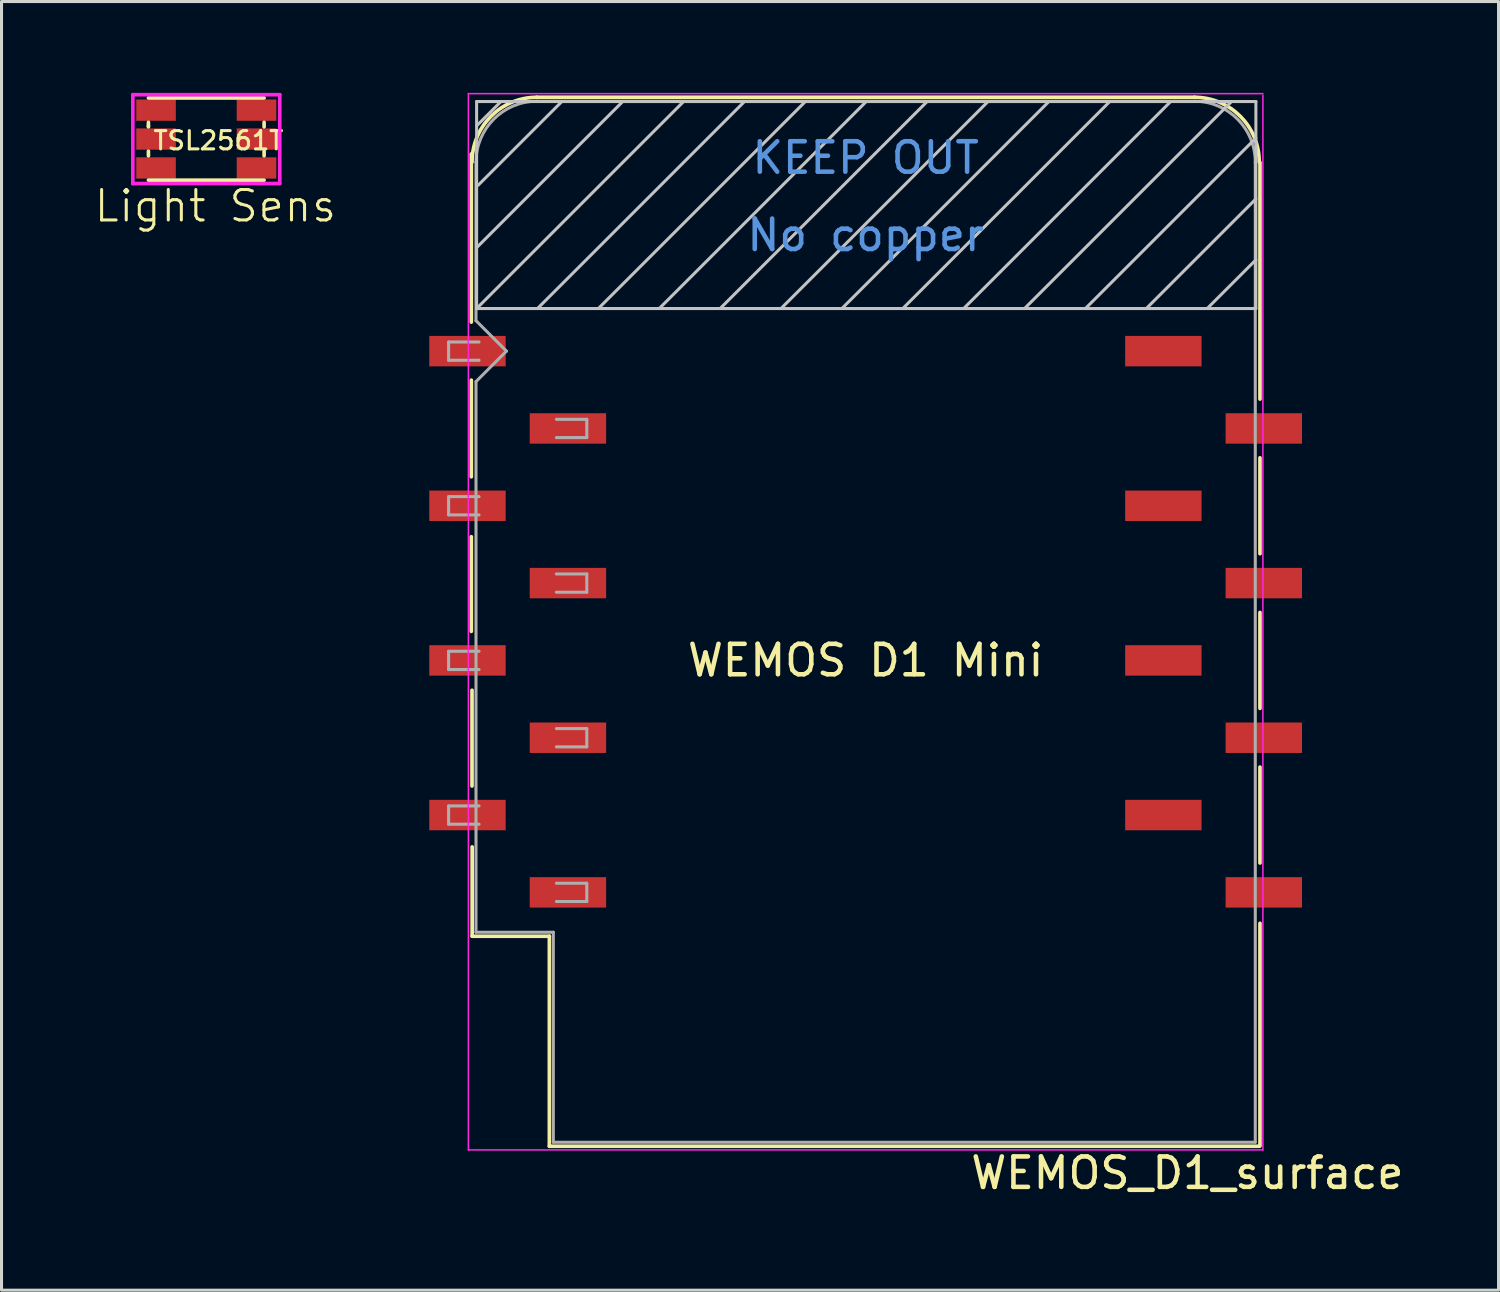
<source format=kicad_pcb>
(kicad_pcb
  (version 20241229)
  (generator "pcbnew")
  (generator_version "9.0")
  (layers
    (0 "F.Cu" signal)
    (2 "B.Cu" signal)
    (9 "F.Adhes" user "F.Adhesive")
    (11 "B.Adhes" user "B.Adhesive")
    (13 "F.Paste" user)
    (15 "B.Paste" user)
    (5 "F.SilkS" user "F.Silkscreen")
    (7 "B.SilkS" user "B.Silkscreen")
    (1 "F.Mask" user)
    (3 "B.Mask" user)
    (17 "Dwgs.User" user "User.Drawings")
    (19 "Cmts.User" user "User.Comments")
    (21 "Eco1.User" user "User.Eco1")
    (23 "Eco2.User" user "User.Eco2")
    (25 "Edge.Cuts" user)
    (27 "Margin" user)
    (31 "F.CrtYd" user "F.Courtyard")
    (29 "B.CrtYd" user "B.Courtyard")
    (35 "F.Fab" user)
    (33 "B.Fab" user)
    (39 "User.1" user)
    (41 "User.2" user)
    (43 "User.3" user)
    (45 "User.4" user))
  (footprint "TSL2561T"
    (layer "F.Cu")
    (at 2.076 0.568)
    (property "Reference" "TSL2561T" (at 2.05 1 0) (layer "F.SilkS") (effects (font (size 0.6 0.6) (thickness 0.1))))
    (attr smd)
    (fp_line (start -0.25 -0.4) (end 3.55 -0.4) (stroke (width 0.12) (type solid)) (layer "F.SilkS"))
    (fp_line (start -0.25 0.4) (end -0.25 0.525) (stroke (width 0.12) (type solid)) (layer "F.SilkS"))
    (fp_line (start -0.25 0.525) (end -0.25 0.55) (stroke (width 0.12) (type solid)) (layer "F.SilkS"))
    (fp_line (start -0.25 1.35) (end -0.25 1.5) (stroke (width 0.12) (type solid)) (layer "F.SilkS"))
    (fp_line (start 3.55 0.4) (end 3.55 0.55) (stroke (width 0.12) (type solid)) (layer "F.SilkS"))
    (fp_line (start 3.55 1.35) (end 3.55 1.5) (stroke (width 0.12) (type solid)) (layer "F.SilkS"))
    (fp_line (start 3.55 2.3) (end -0.25 2.3) (stroke (width 0.12) (type solid)) (layer "F.SilkS"))
    (fp_line (start -0.762 -0.508) (end 4.064 -0.508) (stroke (width 0.12) (type solid)) (layer "F.CrtYd"))
    (fp_line (start -0.762 2.413) (end -0.762 -0.508) (stroke (width 0.12) (type solid)) (layer "F.CrtYd"))
    (fp_line (start 4.064 -0.508) (end 4.064 2.413) (stroke (width 0.12) (type solid)) (layer "F.CrtYd"))
    (fp_line (start 4.064 2.413) (end -0.762 2.413) (stroke (width 0.12) (type solid)) (layer "F.CrtYd"))
    (fp_text user "Light Sens" (at 1.95 3.15 0) (layer "F.SilkS") (effects (font (size 1 1) (thickness 0.1))))
    (pad "1" smd rect (at 0 0) (size 1.3 0.7) (layers "F.Cu" "F.Mask" "F.Paste"))
    (pad "2" smd rect (at 0 0.95) (size 1.3 0.7) (layers "F.Cu" "F.Mask" "F.Paste"))
    (pad "3" smd rect (at 0 1.9) (size 1.3 0.7) (layers "F.Cu" "F.Mask" "F.Paste"))
    (pad "4" smd rect (at 3.3 1.9) (size 1.3 0.7) (layers "F.Cu" "F.Mask" "F.Paste"))
    (pad "5" smd rect (at 3.3 0.95) (size 1.3 0.7) (layers "F.Cu" "F.Mask" "F.Paste"))
    (pad "6" smd rect (at 3.3 0) (size 1.3 0.7) (layers "F.Cu" "F.Mask" "F.Paste")))
  (footprint "WEMOS_D1_surface"
    (layer "F.Cu")
    (at 13.957 8.485)
    (property "Reference" "WEMOS_D1_surface" (at 22 27 0) (layer "F.SilkS") (effects (font (size 1 1) (thickness 0.15))))
    (attr through_hole)
    (fp_line (start -1.524 -0.953) (end -1.524 -6.477) (stroke (width 0.12) (type solid)) (layer "F.SilkS"))
    (fp_line (start -1.524 4.128) (end -1.524 0.953) (stroke (width 0.12) (type solid)) (layer "F.SilkS"))
    (fp_line (start -1.524 9.207) (end -1.524 6.096) (stroke (width 0.12) (type solid)) (layer "F.SilkS"))
    (fp_line (start -1.501 14.285) (end -1.501 11.14) (stroke (width 0.12) (type solid)) (layer "F.SilkS"))
    (fp_line (start -1.5 19.22) (end 1.04 19.22) (stroke (width 0.12) (type solid)) (layer "F.SilkS"))
    (fp_line (start -1.496 19.213) (end -1.496 16.286) (stroke (width 0.12) (type solid)) (layer "F.SilkS"))
    (fp_line (start 1.04 19.22) (end 1.04 26.12) (stroke (width 0.12) (type solid)) (layer "F.SilkS"))
    (fp_line (start 1.04 26.12) (end 24.36 26.12) (stroke (width 0.12) (type solid)) (layer "F.SilkS"))
    (fp_line (start 22.24 -8.34) (end 0.63 -8.34) (stroke (width 0.12) (type solid)) (layer "F.SilkS"))
    (fp_line (start 24.384 1.575) (end 24.384 -6.198) (stroke (width 0.12) (type solid)) (layer "F.SilkS"))
    (fp_line (start 24.384 6.655) (end 24.384 3.505) (stroke (width 0.12) (type solid)) (layer "F.SilkS"))
    (fp_line (start 24.384 11.735) (end 24.384 8.585) (stroke (width 0.12) (type solid)) (layer "F.SilkS"))
    (fp_line (start 24.384 16.815) (end 24.384 13.665) (stroke (width 0.12) (type solid)) (layer "F.SilkS"))
    (fp_line (start 24.384 18.796) (end 24.384 26.111) (stroke (width 0.12) (type solid)) (layer "F.SilkS"))
    (fp_arc (start -1.5 -6.21) (mid -0.876137 -7.716137) (end 0.63 -8.34) (stroke (width 0.12) (type solid)) (layer "F.SilkS"))
    (fp_arc (start 22.23 -8.34) (mid 23.736137 -7.716137) (end 24.36 -6.21) (stroke (width 0.12) (type solid)) (layer "F.SilkS"))
    (fp_line (start -1.35 -8.2) (end -1.35 -1.4) (stroke (width 0.1) (type solid)) (layer "Dwgs.User"))
    (fp_line (start -1.35 -7.4) (end -0.55 -8.2) (stroke (width 0.1) (type solid)) (layer "Dwgs.User"))
    (fp_line (start -1.35 -3.4) (end 3.45 -8.2) (stroke (width 0.1) (type solid)) (layer "Dwgs.User"))
    (fp_line (start -1.35 -1.4) (end 5.45 -8.2) (stroke (width 0.1) (type solid)) (layer "Dwgs.User"))
    (fp_line (start -1.35 -1.4) (end 24.25 -1.4) (stroke (width 0.1) (type solid)) (layer "Dwgs.User"))
    (fp_line (start -1.3 -5.45) (end 1.45 -8.2) (stroke (width 0.1) (type solid)) (layer "Dwgs.User"))
    (fp_line (start 0.65 -1.4) (end 7.45 -8.2) (stroke (width 0.1) (type solid)) (layer "Dwgs.User"))
    (fp_line (start 2.65 -1.4) (end 9.45 -8.2) (stroke (width 0.1) (type solid)) (layer "Dwgs.User"))
    (fp_line (start 4.65 -1.4) (end 11.45 -8.2) (stroke (width 0.1) (type solid)) (layer "Dwgs.User"))
    (fp_line (start 6.65 -1.4) (end 13.45 -8.2) (stroke (width 0.1) (type solid)) (layer "Dwgs.User"))
    (fp_line (start 8.65 -1.4) (end 15.45 -8.2) (stroke (width 0.1) (type solid)) (layer "Dwgs.User"))
    (fp_line (start 10.65 -1.4) (end 17.45 -8.2) (stroke (width 0.1) (type solid)) (layer "Dwgs.User"))
    (fp_line (start 12.65 -1.4) (end 19.45 -8.2) (stroke (width 0.1) (type solid)) (layer "Dwgs.User"))
    (fp_line (start 14.65 -1.4) (end 21.45 -8.2) (stroke (width 0.1) (type solid)) (layer "Dwgs.User"))
    (fp_line (start 16.65 -1.4) (end 23.45 -8.2) (stroke (width 0.1) (type solid)) (layer "Dwgs.User"))
    (fp_line (start 18.65 -1.4) (end 24.25 -7) (stroke (width 0.1) (type solid)) (layer "Dwgs.User"))
    (fp_line (start 20.65 -1.4) (end 24.25 -5) (stroke (width 0.1) (type solid)) (layer "Dwgs.User"))
    (fp_line (start 22.65 -1.4) (end 24.25 -3) (stroke (width 0.1) (type solid)) (layer "Dwgs.User"))
    (fp_line (start 24.25 -8.2) (end -1.35 -8.2) (stroke (width 0.1) (type solid)) (layer "Dwgs.User"))
    (fp_line (start 24.25 -1.4) (end 24.25 -8.2) (stroke (width 0.1) (type solid)) (layer "Dwgs.User"))
    (fp_line (start -1.62 -8.46) (end 24.48 -8.46) (stroke (width 0.05) (type solid)) (layer "F.CrtYd"))
    (fp_line (start -1.62 26.24) (end -1.62 -8.46) (stroke (width 0.05) (type solid)) (layer "F.CrtYd"))
    (fp_line (start 24.48 -8.41) (end 24.48 26.24) (stroke (width 0.05) (type solid)) (layer "F.CrtYd"))
    (fp_line (start 24.48 26.24) (end -1.62 26.24) (stroke (width 0.05) (type solid)) (layer "F.CrtYd"))
    (fp_line (start -2.27 -0.3) (end -1.27 -0.3) (stroke (width 0.1) (type solid)) (layer "F.Fab"))
    (fp_line (start -2.27 0.3) (end -2.27 -0.3) (stroke (width 0.1) (type solid)) (layer "F.Fab"))
    (fp_line (start -2.27 4.78) (end -1.27 4.78) (stroke (width 0.1) (type solid)) (layer "F.Fab"))
    (fp_line (start -2.27 5.38) (end -2.27 4.78) (stroke (width 0.1) (type solid)) (layer "F.Fab"))
    (fp_line (start -2.27 9.86) (end -1.27 9.86) (stroke (width 0.1) (type solid)) (layer "F.Fab"))
    (fp_line (start -2.27 10.46) (end -2.27 9.86) (stroke (width 0.1) (type solid)) (layer "F.Fab"))
    (fp_line (start -2.27 14.94) (end -1.27 14.94) (stroke (width 0.1) (type solid)) (layer "F.Fab"))
    (fp_line (start -2.27 15.54) (end -2.27 14.94) (stroke (width 0.1) (type solid)) (layer "F.Fab"))
    (fp_line (start -1.37 -6.21) (end -1.37 -1) (stroke (width 0.1) (type solid)) (layer "F.Fab"))
    (fp_line (start -1.37 1) (end -1.37 19.09) (stroke (width 0.1) (type solid)) (layer "F.Fab"))
    (fp_line (start -1.37 1) (end -0.37 0) (stroke (width 0.1) (type solid)) (layer "F.Fab"))
    (fp_line (start -1.37 19.09) (end 1.17 19.09) (stroke (width 0.1) (type solid)) (layer "F.Fab"))
    (fp_line (start -1.27 0.3) (end -2.27 0.3) (stroke (width 0.1) (type solid)) (layer "F.Fab"))
    (fp_line (start -1.27 5.38) (end -2.27 5.38) (stroke (width 0.1) (type solid)) (layer "F.Fab"))
    (fp_line (start -1.27 10.46) (end -2.27 10.46) (stroke (width 0.1) (type solid)) (layer "F.Fab"))
    (fp_line (start -1.27 15.54) (end -2.27 15.54) (stroke (width 0.1) (type solid)) (layer "F.Fab"))
    (fp_line (start -0.37 0) (end -1.37 -1) (stroke (width 0.1) (type solid)) (layer "F.Fab"))
    (fp_line (start 1.17 19.09) (end 1.17 25.99) (stroke (width 0.1) (type solid)) (layer "F.Fab"))
    (fp_line (start 1.17 25.99) (end 24.23 25.99) (stroke (width 0.1) (type solid)) (layer "F.Fab"))
    (fp_line (start 1.27 2.24) (end 2.27 2.24) (stroke (width 0.1) (type solid)) (layer "F.Fab"))
    (fp_line (start 1.27 7.32) (end 2.27 7.32) (stroke (width 0.1) (type solid)) (layer "F.Fab"))
    (fp_line (start 1.27 12.4) (end 2.27 12.4) (stroke (width 0.1) (type solid)) (layer "F.Fab"))
    (fp_line (start 1.27 17.48) (end 2.27 17.48) (stroke (width 0.1) (type solid)) (layer "F.Fab"))
    (fp_line (start 2.27 2.24) (end 2.27 2.84) (stroke (width 0.1) (type solid)) (layer "F.Fab"))
    (fp_line (start 2.27 2.84) (end 1.27 2.84) (stroke (width 0.1) (type solid)) (layer "F.Fab"))
    (fp_line (start 2.27 7.32) (end 2.27 7.92) (stroke (width 0.1) (type solid)) (layer "F.Fab"))
    (fp_line (start 2.27 7.92) (end 1.27 7.92) (stroke (width 0.1) (type solid)) (layer "F.Fab"))
    (fp_line (start 2.27 12.4) (end 2.27 13) (stroke (width 0.1) (type solid)) (layer "F.Fab"))
    (fp_line (start 2.27 13) (end 1.27 13) (stroke (width 0.1) (type solid)) (layer "F.Fab"))
    (fp_line (start 2.27 17.48) (end 2.27 18.08) (stroke (width 0.1) (type solid)) (layer "F.Fab"))
    (fp_line (start 2.27 18.08) (end 1.27 18.08) (stroke (width 0.1) (type solid)) (layer "F.Fab"))
    (fp_line (start 22.23 -8.21) (end 0.63 -8.21) (stroke (width 0.1) (type solid)) (layer "F.Fab"))
    (fp_line (start 24.23 25.99) (end 24.23 -6.21) (stroke (width 0.1) (type solid)) (layer "F.Fab"))
    (fp_arc (start -1.37 -6.21) (mid -0.784214 -7.624214) (end 0.63 -8.21) (stroke (width 0.1) (type solid)) (layer "F.Fab"))
    (fp_arc (start 22.25 -8.21) (mid 23.658356 -7.610071) (end 24.23 -6.19) (stroke (width 0.1) (type solid)) (layer "F.Fab"))
    (fp_text user "WEMOS D1 Mini" (at 11.43 10.16 0) (layer "F.SilkS") (effects (font (size 1 1) (thickness 0.15))))
    (fp_text user "No copper" (at 11.43 -3.81 0) (layer "Cmts.User") (effects (font (size 1 1) (thickness 0.15))))
    (fp_text user "KEEP OUT" (at 11.43 -6.35 0) (layer "Cmts.User") (effects (font (size 1 1) (thickness 0.15))))
    (pad "1" smd rect (at -1.65 0) (size 2.51 1) (layers "F.Cu" "F.Mask" "F.Paste"))
    (pad "2" smd rect (at 1.65 2.54) (size 2.51 1) (layers "F.Cu" "F.Mask" "F.Paste"))
    (pad "3" smd rect (at -1.65 5.08) (size 2.51 1) (layers "F.Cu" "F.Mask" "F.Paste"))
    (pad "4" smd rect (at 1.65 7.62) (size 2.51 1) (layers "F.Cu" "F.Mask" "F.Paste"))
    (pad "5" smd rect (at -1.65 10.16) (size 2.51 1) (layers "F.Cu" "F.Mask" "F.Paste"))
    (pad "6" smd rect (at 1.65 12.7) (size 2.51 1) (layers "F.Cu" "F.Mask" "F.Paste"))
    (pad "7" smd rect (at -1.65 15.24) (size 2.51 1) (layers "F.Cu" "F.Mask" "F.Paste"))
    (pad "8" smd rect (at 1.65 17.78) (size 2.51 1) (layers "F.Cu" "F.Mask" "F.Paste"))
    (pad "9" smd rect (at 24.51 17.78) (size 2.51 1) (layers "F.Cu" "F.Mask" "F.Paste"))
    (pad "10" smd rect (at 21.21 15.24) (size 2.51 1) (layers "F.Cu" "F.Mask" "F.Paste"))
    (pad "11" smd rect (at 24.51 12.7) (size 2.51 1) (layers "F.Cu" "F.Mask" "F.Paste"))
    (pad "12" smd rect (at 21.21 10.16) (size 2.51 1) (layers "F.Cu" "F.Mask" "F.Paste"))
    (pad "13" smd rect (at 24.51 7.62) (size 2.51 1) (layers "F.Cu" "F.Mask" "F.Paste"))
    (pad "14" smd rect (at 21.21 5.08) (size 2.51 1) (layers "F.Cu" "F.Mask" "F.Paste"))
    (pad "15" smd rect (at 24.51 2.54) (size 2.51 1) (layers "F.Cu" "F.Mask" "F.Paste"))
    (pad "16" smd rect (at 21.21 0) (size 2.51 1) (layers "F.Cu" "F.Mask" "F.Paste")))
  (gr_rect
    (start -3 -3)
    (end 46.178 39.333)
    (stroke (width 0.1) (type default))
    (fill no)
    (layer "Edge.Cuts")))
</source>
